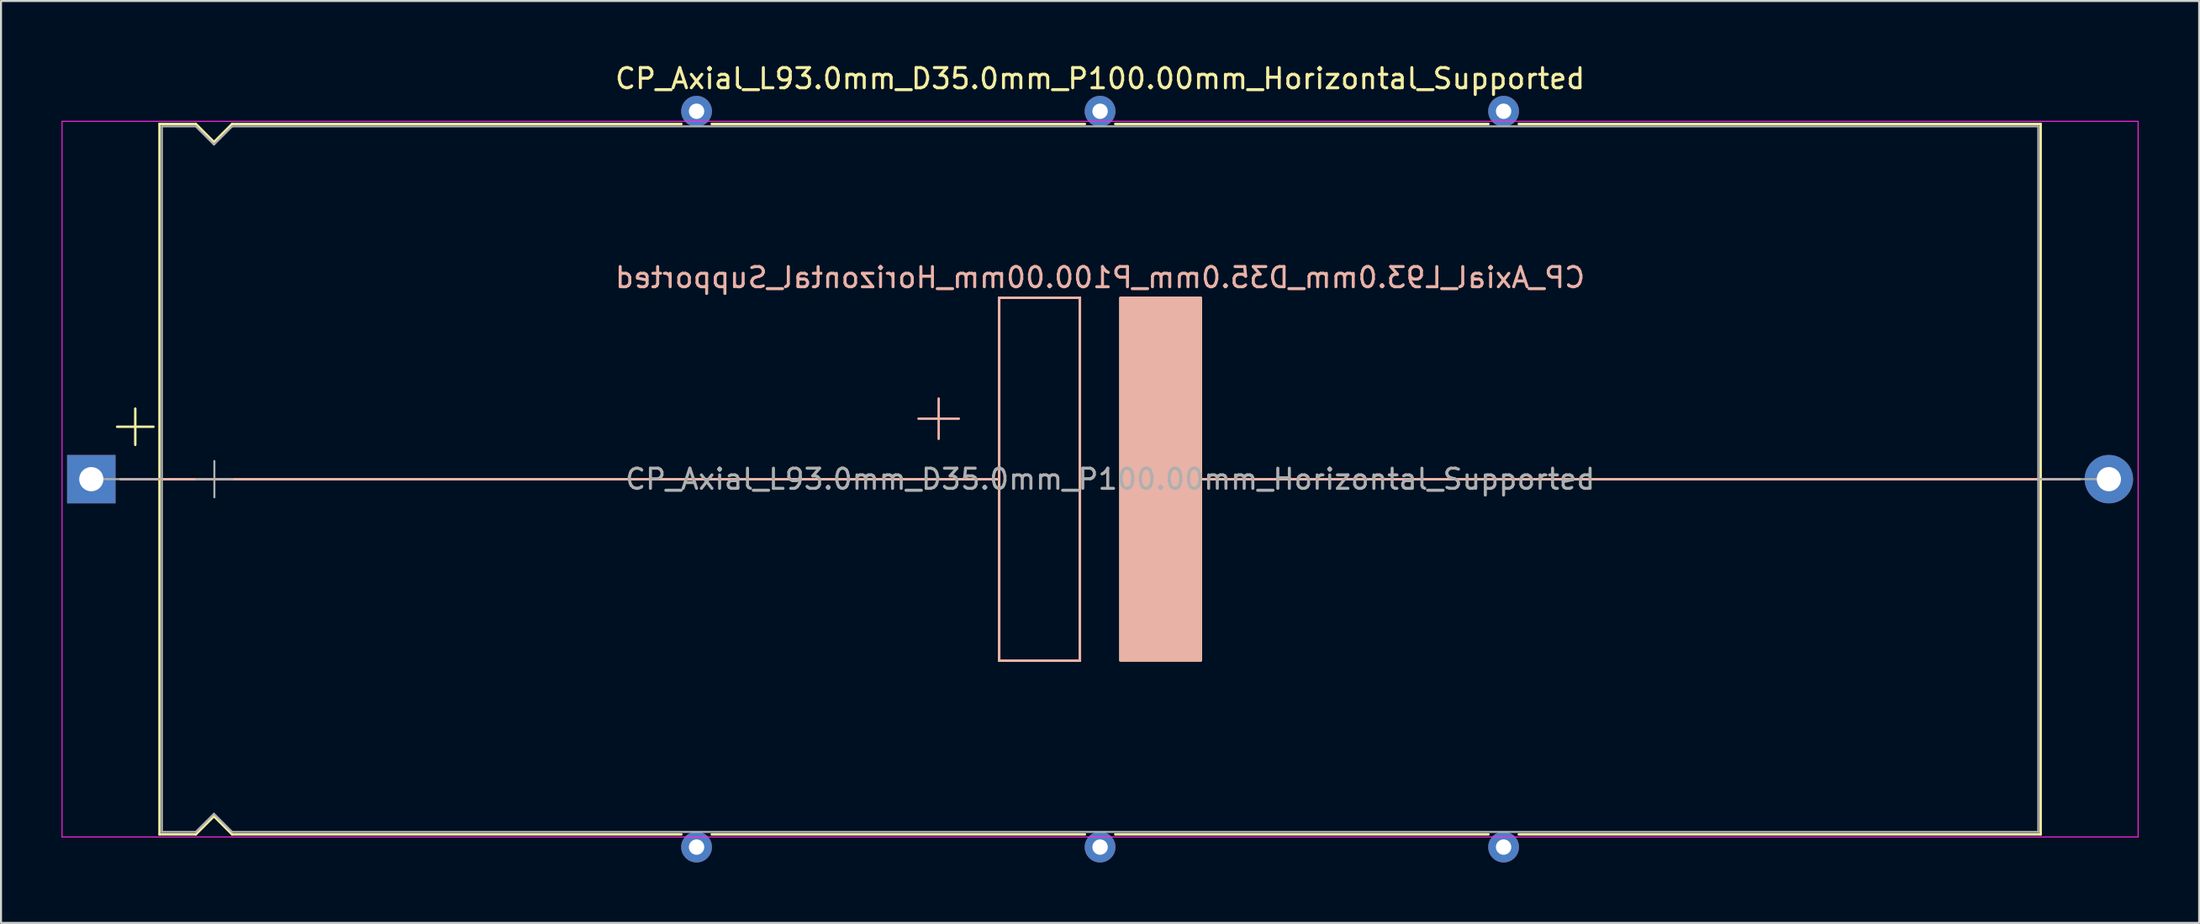
<source format=kicad_pcb>
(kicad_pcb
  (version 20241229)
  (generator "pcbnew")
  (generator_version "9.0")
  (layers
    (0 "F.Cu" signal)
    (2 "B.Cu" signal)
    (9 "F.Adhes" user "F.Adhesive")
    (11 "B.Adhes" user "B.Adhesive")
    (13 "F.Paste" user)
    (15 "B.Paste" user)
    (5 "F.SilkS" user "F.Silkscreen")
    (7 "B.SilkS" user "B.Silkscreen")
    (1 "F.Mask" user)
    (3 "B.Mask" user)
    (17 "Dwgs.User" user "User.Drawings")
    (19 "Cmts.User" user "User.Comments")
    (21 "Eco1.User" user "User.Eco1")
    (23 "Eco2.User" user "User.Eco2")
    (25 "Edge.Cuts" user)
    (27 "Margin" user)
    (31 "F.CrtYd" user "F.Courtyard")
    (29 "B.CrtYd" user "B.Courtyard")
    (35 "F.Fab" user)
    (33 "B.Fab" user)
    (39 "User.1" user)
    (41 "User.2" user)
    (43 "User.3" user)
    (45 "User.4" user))
  (footprint "CP_Axial_L93.0mm_D35.0mm_P100.00mm_Horizontal_Supported"
    (layer "F.Cu")
    (at 1.475 20.718)
    (property "Reference" "CP_Axial_L93.0mm_D35.0mm_P100.00mm_Horizontal_Supported" (at 50 -19.87 0) (layer "F.SilkS") (effects (font (size 1 1) (thickness 0.15))))
    (fp_line (start 1.28 -2.6) (end 3.08 -2.6) (stroke (width 0.12) (type solid)) (layer "F.SilkS"))
    (fp_line (start 1.44 0) (end 3.38 0) (stroke (width 0.12) (type solid)) (layer "F.SilkS"))
    (fp_line (start 2.18 -3.5) (end 2.18 -1.7) (stroke (width 0.12) (type solid)) (layer "F.SilkS"))
    (fp_line (start 3.365 0) (end 45 0) (stroke (width 0.12) (type solid)) (layer "F.SilkS"))
    (fp_line (start 3.38 -17.62) (end 3.38 17.62) (stroke (width 0.12) (type solid)) (layer "F.SilkS"))
    (fp_line (start 3.38 -17.62) (end 5.18 -17.62) (stroke (width 0.12) (type solid)) (layer "F.SilkS"))
    (fp_line (start 3.38 17.62) (end 5.18 17.62) (stroke (width 0.12) (type solid)) (layer "F.SilkS"))
    (fp_line (start 5.18 -17.62) (end 6.08 -16.72) (stroke (width 0.12) (type solid)) (layer "F.SilkS"))
    (fp_line (start 5.18 17.62) (end 6.08 16.72) (stroke (width 0.12) (type solid)) (layer "F.SilkS"))
    (fp_line (start 6.08 -16.72) (end 6.98 -17.62) (stroke (width 0.12) (type solid)) (layer "F.SilkS"))
    (fp_line (start 6.08 16.72) (end 6.98 17.62) (stroke (width 0.12) (type solid)) (layer "F.SilkS"))
    (fp_line (start 6.98 -17.62) (end 29.25 -17.62) (stroke (width 0.12) (type solid)) (layer "F.SilkS"))
    (fp_line (start 6.98 17.62) (end 29.25 17.62) (stroke (width 0.12) (type solid)) (layer "F.SilkS"))
    (fp_line (start 30.75 -17.62) (end 49.25 -17.62) (stroke (width 0.12) (type solid)) (layer "F.SilkS"))
    (fp_line (start 30.75 17.62) (end 49.25 17.62) (stroke (width 0.12) (type solid)) (layer "F.SilkS"))
    (fp_line (start 45 -9) (end 49 -9) (stroke (width 0.12) (type solid)) (layer "F.SilkS"))
    (fp_line (start 45 9) (end 45 -9) (stroke (width 0.12) (type solid)) (layer "F.SilkS"))
    (fp_line (start 49 -9) (end 49 9) (stroke (width 0.12) (type solid)) (layer "F.SilkS"))
    (fp_line (start 49 9) (end 45 9) (stroke (width 0.12) (type solid)) (layer "F.SilkS"))
    (fp_line (start 50.75 -17.62) (end 69.25 -17.62) (stroke (width 0.12) (type solid)) (layer "F.SilkS"))
    (fp_line (start 50.75 17.62) (end 69.25 17.62) (stroke (width 0.12) (type solid)) (layer "F.SilkS"))
    (fp_line (start 54.5 0) (end 96.62 0) (stroke (width 0.12) (type solid)) (layer "F.SilkS"))
    (fp_line (start 70.75 -17.62) (end 96.62 -17.62) (stroke (width 0.12) (type solid)) (layer "F.SilkS"))
    (fp_line (start 70.75 17.62) (end 96.62 17.62) (stroke (width 0.12) (type solid)) (layer "F.SilkS"))
    (fp_line (start 96.62 -17.62) (end 96.62 17.62) (stroke (width 0.12) (type solid)) (layer "F.SilkS"))
    (fp_line (start 98.56 0) (end 96.62 0) (stroke (width 0.12) (type solid)) (layer "F.SilkS"))
    (fp_poly (pts (xy 55 9) (xy 51 9) (xy 51 -9) (xy 55 -9)) (stroke (width 0.1) (type solid)) (fill yes) (layer "F.SilkS"))
    (fp_line (start 1.5 0) (end 16.88 0) (stroke (width 0.12) (type solid)) (layer "B.SilkS"))
    (fp_line (start 16.88 0) (end 45 0) (stroke (width 0.12) (type solid)) (layer "B.SilkS"))
    (fp_line (start 42 -2) (end 42 -4) (stroke (width 0.12) (type solid)) (layer "B.SilkS"))
    (fp_line (start 43 -3) (end 41 -3) (stroke (width 0.12) (type solid)) (layer "B.SilkS"))
    (fp_line (start 45 -9) (end 49 -9) (stroke (width 0.12) (type solid)) (layer "B.SilkS"))
    (fp_line (start 45 9) (end 45 -9) (stroke (width 0.12) (type solid)) (layer "B.SilkS"))
    (fp_line (start 49 -9) (end 49 9) (stroke (width 0.12) (type solid)) (layer "B.SilkS"))
    (fp_line (start 49 9) (end 45 9) (stroke (width 0.12) (type solid)) (layer "B.SilkS"))
    (fp_line (start 55 0) (end 84.12 0) (stroke (width 0.12) (type solid)) (layer "B.SilkS"))
    (fp_line (start 98.5 0) (end 84.12 0) (stroke (width 0.12) (type solid)) (layer "B.SilkS"))
    (fp_poly (pts (xy 55 9) (xy 51 9) (xy 51 -9) (xy 55 -9)) (stroke (width 0.1) (type solid)) (fill yes) (layer "B.SilkS"))
    (fp_line (start -1.45 -17.75) (end -1.45 17.75) (stroke (width 0.05) (type solid)) (layer "F.CrtYd"))
    (fp_line (start -1.45 17.75) (end 101.45 17.75) (stroke (width 0.05) (type solid)) (layer "F.CrtYd"))
    (fp_line (start 101.45 -17.75) (end -1.45 -17.75) (stroke (width 0.05) (type solid)) (layer "F.CrtYd"))
    (fp_line (start 101.45 17.75) (end 101.45 -17.75) (stroke (width 0.05) (type solid)) (layer "F.CrtYd"))
    (fp_line (start 0 0) (end 3.5 0) (stroke (width 0.1) (type solid)) (layer "F.Fab"))
    (fp_line (start 3.5 -17.5) (end 3.5 17.5) (stroke (width 0.1) (type solid)) (layer "F.Fab"))
    (fp_line (start 3.5 -17.5) (end 5.18 -17.5) (stroke (width 0.1) (type solid)) (layer "F.Fab"))
    (fp_line (start 3.5 17.5) (end 5.18 17.5) (stroke (width 0.1) (type solid)) (layer "F.Fab"))
    (fp_line (start 5.18 -17.5) (end 6.08 -16.6) (stroke (width 0.1) (type solid)) (layer "F.Fab"))
    (fp_line (start 5.18 17.5) (end 6.08 16.6) (stroke (width 0.1) (type solid)) (layer "F.Fab"))
    (fp_line (start 5.2 0) (end 7 0) (stroke (width 0.1) (type solid)) (layer "F.Fab"))
    (fp_line (start 6.08 -16.6) (end 6.98 -17.5) (stroke (width 0.1) (type solid)) (layer "F.Fab"))
    (fp_line (start 6.08 16.6) (end 6.98 17.5) (stroke (width 0.1) (type solid)) (layer "F.Fab"))
    (fp_line (start 6.1 -0.9) (end 6.1 0.9) (stroke (width 0.1) (type solid)) (layer "F.Fab"))
    (fp_line (start 6.98 -17.5) (end 96.5 -17.5) (stroke (width 0.1) (type solid)) (layer "F.Fab"))
    (fp_line (start 6.98 17.5) (end 96.5 17.5) (stroke (width 0.1) (type solid)) (layer "F.Fab"))
    (fp_line (start 96.5 -17.5) (end 96.5 17.5) (stroke (width 0.1) (type solid)) (layer "F.Fab"))
    (fp_line (start 100 0) (end 96.5 0) (stroke (width 0.1) (type solid)) (layer "F.Fab"))
    (fp_text user "${REFERENCE}" (at 50 -10 0) (layer "B.SilkS") (effects (font (size 1 1) (thickness 0.15)) (justify mirror)))
    (fp_text user "${REFERENCE}" (at 50.5 0 0) (layer "F.Fab") (effects (font (size 1 1) (thickness 0.15))))
    (pad "" thru_hole circle (at 30 -18.25) (size 1.524 1.524) (drill 0.762) (layers "*.Cu" "*.Mask"))
    (pad "" thru_hole circle (at 30 18.25) (size 1.524 1.524) (drill 0.762) (layers "*.Cu" "*.Mask"))
    (pad "" thru_hole circle (at 50 -18.25) (size 1.524 1.524) (drill 0.762) (layers "*.Cu" "*.Mask"))
    (pad "" thru_hole circle (at 50 18.25) (size 1.524 1.524) (drill 0.762) (layers "*.Cu" "*.Mask"))
    (pad "" thru_hole circle (at 70 -18.25) (size 1.524 1.524) (drill 0.762) (layers "*.Cu" "*.Mask"))
    (pad "" thru_hole circle (at 70 18.25) (size 1.524 1.524) (drill 0.762) (layers "*.Cu" "*.Mask"))
    (pad "1" thru_hole rect (at 0 0) (size 2.4 2.4) (drill 1.2) (layers "*.Cu" "*.Mask"))
    (pad "2" thru_hole oval (at 100 0) (size 2.4 2.4) (drill 1.2) (layers "*.Cu" "*.Mask")))
  (gr_rect
    (start -3 -3)
    (end 105.95 42.73)
    (stroke (width 0.1) (type default))
    (fill no)
    (layer "Edge.Cuts")))
</source>
